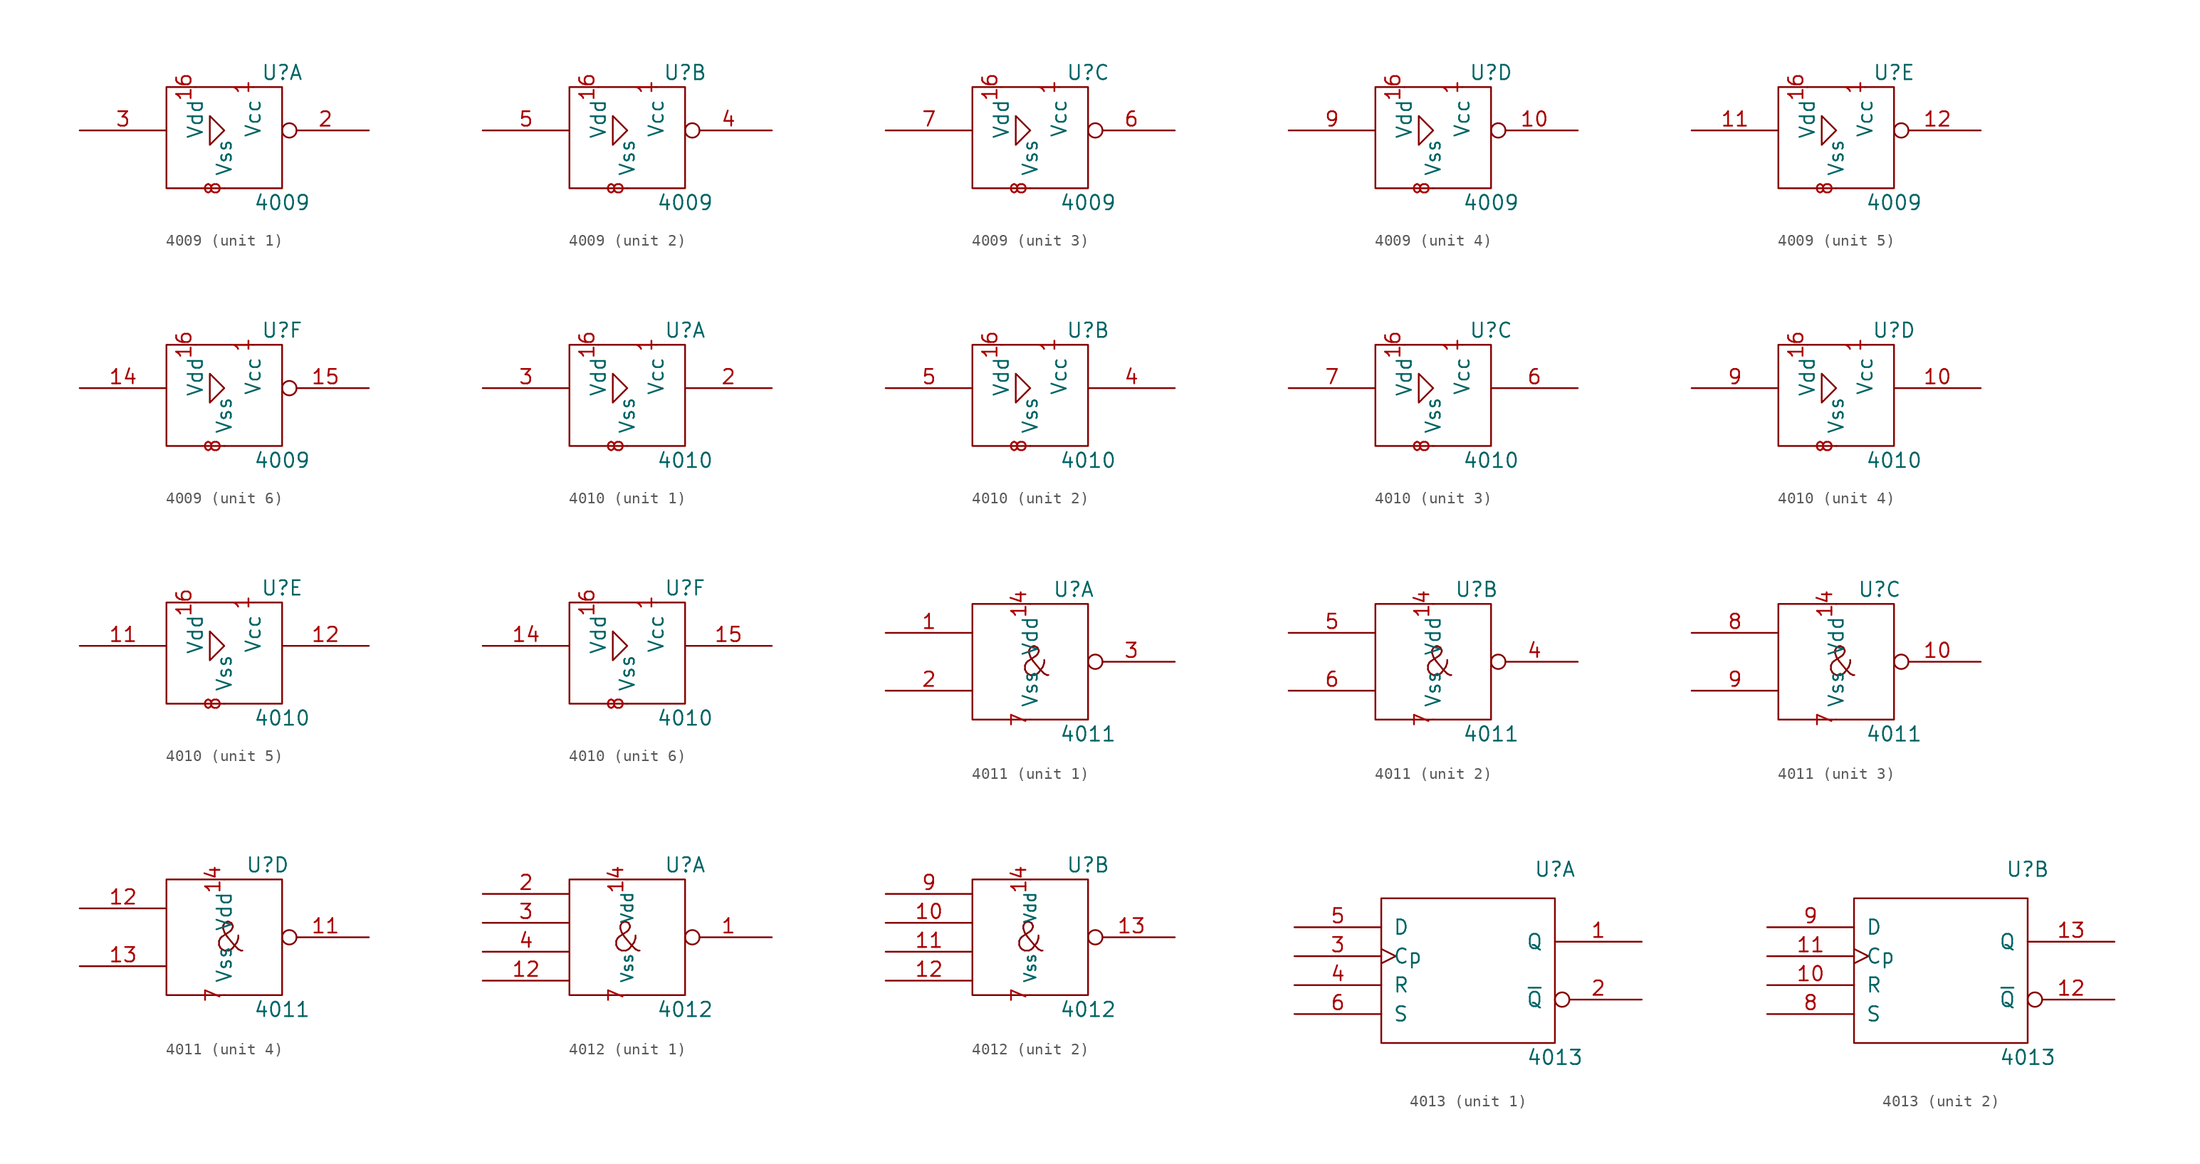
<source format=kicad_sym>
(kicad_symbol_lib
  (version 20201005)
  (generator kicad_symbol_editor)
  (symbol "4xxx_IEEE:4009"
    (pin_names
      (offset 1.016))
    (property "Reference" "U"
      (at 5.08 5.08 0)
      (effects (font (size 1.27 1.27))))
    (property "Value" "4009"
      (at 5.08 -6.35 0)
      (effects (font (size 1.27 1.27))))
    (symbol "4009_0_0"
      (rectangle (start -5.08 3.81) (end 5.08 -5.08) (stroke (width 0)) (fill (type none)))
      (polyline (pts (xy -1.27 1.27) (xy -1.27 -1.27) (xy 0 0) (xy -1.27 1.27) (xy -1.27 1.27)) (stroke (width 0)) (fill (type none))))
    (symbol "4009_0_1"
      (pin power_in line (at 2.54 3.81 270) (length 0) (name "Vcc" (effects (font (size 1.27 1.27)))) (number "1" (effects (font (size 1.27 1.27)))))
      (pin power_in line (at -2.54 3.81 270) (length 0) (name "Vdd" (effects (font (size 1.27 1.27)))) (number "16" (effects (font (size 1.27 1.27)))))
      (pin power_in line (at 0 -5.08 90) (length 0) (name "Vss" (effects (font (size 1.27 1.27)))) (number "8" (effects (font (size 1.27 1.27))))))
    (symbol "4009_1_1"
      (pin output inverted (at 12.7 0 180) (length 7.62) (name "~" (effects (font (size 1.27 1.27)))) (number "2" (effects (font (size 1.27 1.27)))))
      (pin input line (at -12.7 0 0) (length 7.62) (name "~" (effects (font (size 1.27 1.27)))) (number "3" (effects (font (size 1.27 1.27))))))
    (symbol "4009_2_1"
      (pin output inverted (at 12.7 0 180) (length 7.62) (name "~" (effects (font (size 1.27 1.27)))) (number "4" (effects (font (size 1.27 1.27)))))
      (pin input line (at -12.7 0 0) (length 7.62) (name "~" (effects (font (size 1.27 1.27)))) (number "5" (effects (font (size 1.27 1.27))))))
    (symbol "4009_3_1"
      (pin output inverted (at 12.7 0 180) (length 7.62) (name "~" (effects (font (size 1.27 1.27)))) (number "6" (effects (font (size 1.27 1.27)))))
      (pin input line (at -12.7 0 0) (length 7.62) (name "~" (effects (font (size 1.27 1.27)))) (number "7" (effects (font (size 1.27 1.27))))))
    (symbol "4009_4_1"
      (pin output inverted (at 12.7 0 180) (length 7.62) (name "~" (effects (font (size 1.27 1.27)))) (number "10" (effects (font (size 1.27 1.27)))))
      (pin input line (at -12.7 0 0) (length 7.62) (name "~" (effects (font (size 1.27 1.27)))) (number "9" (effects (font (size 1.27 1.27))))))
    (symbol "4009_5_1"
      (pin input line (at -12.7 0 0) (length 7.62) (name "~" (effects (font (size 1.27 1.27)))) (number "11" (effects (font (size 1.27 1.27)))))
      (pin output inverted (at 12.7 0 180) (length 7.62) (name "~" (effects (font (size 1.27 1.27)))) (number "12" (effects (font (size 1.27 1.27))))))
    (symbol "4009_6_1"
      (pin input line (at -12.7 0 0) (length 7.62) (name "~" (effects (font (size 1.27 1.27)))) (number "14" (effects (font (size 1.27 1.27)))))
      (pin output inverted (at 12.7 0 180) (length 7.62) (name "~" (effects (font (size 1.27 1.27)))) (number "15" (effects (font (size 1.27 1.27)))))))
  (symbol "4xxx_IEEE:4010"
    (pin_names
      (offset 1.016))
    (property "Reference" "U"
      (at 5.08 5.08 0)
      (effects (font (size 1.27 1.27))))
    (property "Value" "4010"
      (at 5.08 -6.35 0)
      (effects (font (size 1.27 1.27))))
    (symbol "4010_0_0"
      (rectangle (start -5.08 3.81) (end 5.08 -5.08) (stroke (width 0)) (fill (type none)))
      (polyline (pts (xy -1.27 1.27) (xy -1.27 -1.27) (xy 0 0) (xy -1.27 1.27) (xy -1.27 1.27)) (stroke (width 0)) (fill (type none))))
    (symbol "4010_0_1"
      (pin power_in line (at 2.54 3.81 270) (length 0) (name "Vcc" (effects (font (size 1.27 1.27)))) (number "1" (effects (font (size 1.27 1.27)))))
      (pin power_in line (at -2.54 3.81 270) (length 0) (name "Vdd" (effects (font (size 1.27 1.27)))) (number "16" (effects (font (size 1.27 1.27)))))
      (pin power_in line (at 0 -5.08 90) (length 0) (name "Vss" (effects (font (size 1.27 1.27)))) (number "8" (effects (font (size 1.27 1.27))))))
    (symbol "4010_1_1"
      (pin output line (at 12.7 0 180) (length 7.62) (name "~" (effects (font (size 1.27 1.27)))) (number "2" (effects (font (size 1.27 1.27)))))
      (pin input line (at -12.7 0 0) (length 7.62) (name "~" (effects (font (size 1.27 1.27)))) (number "3" (effects (font (size 1.27 1.27))))))
    (symbol "4010_2_1"
      (pin output line (at 12.7 0 180) (length 7.62) (name "~" (effects (font (size 1.27 1.27)))) (number "4" (effects (font (size 1.27 1.27)))))
      (pin input line (at -12.7 0 0) (length 7.62) (name "~" (effects (font (size 1.27 1.27)))) (number "5" (effects (font (size 1.27 1.27))))))
    (symbol "4010_3_1"
      (pin output line (at 12.7 0 180) (length 7.62) (name "~" (effects (font (size 1.27 1.27)))) (number "6" (effects (font (size 1.27 1.27)))))
      (pin input line (at -12.7 0 0) (length 7.62) (name "~" (effects (font (size 1.27 1.27)))) (number "7" (effects (font (size 1.27 1.27))))))
    (symbol "4010_4_1"
      (pin output line (at 12.7 0 180) (length 7.62) (name "~" (effects (font (size 1.27 1.27)))) (number "10" (effects (font (size 1.27 1.27)))))
      (pin input line (at -12.7 0 0) (length 7.62) (name "~" (effects (font (size 1.27 1.27)))) (number "9" (effects (font (size 1.27 1.27))))))
    (symbol "4010_5_1"
      (pin input line (at -12.7 0 0) (length 7.62) (name "~" (effects (font (size 1.27 1.27)))) (number "11" (effects (font (size 1.27 1.27)))))
      (pin output line (at 12.7 0 180) (length 7.62) (name "~" (effects (font (size 1.27 1.27)))) (number "12" (effects (font (size 1.27 1.27))))))
    (symbol "4010_6_1"
      (pin input line (at -12.7 0 0) (length 7.62) (name "~" (effects (font (size 1.27 1.27)))) (number "14" (effects (font (size 1.27 1.27)))))
      (pin output line (at 12.7 0 180) (length 7.62) (name "~" (effects (font (size 1.27 1.27)))) (number "15" (effects (font (size 1.27 1.27)))))))
  (symbol "4xxx_IEEE:4011"
    (pin_names
      (offset 1.016))
    (property "Reference" "U"
      (at 3.81 6.35 0)
      (effects (font (size 1.27 1.27))))
    (property "Value" "4011"
      (at 5.08 -6.35 0)
      (effects (font (size 1.27 1.27))))
    (symbol "4011_0_0"
      (text "&" (at 0.508 0 0) (effects (font (size 2.54 2.54))))
      (rectangle (start -5.08 5.08) (end 5.08 -5.08) (stroke (width 0)) (fill (type none))))
    (symbol "4011_0_1"
      (pin power_in line (at 0 5.08 270) (length 0) (name "Vdd" (effects (font (size 1.27 1.27)))) (number "14" (effects (font (size 1.27 1.27)))))
      (pin power_in line (at 0 -5.08 90) (length 0) (name "Vss" (effects (font (size 1.27 1.27)))) (number "7" (effects (font (size 1.27 1.27))))))
    (symbol "4011_1_1"
      (pin input line (at -12.7 2.54 0) (length 7.62) (name "~" (effects (font (size 1.27 1.27)))) (number "1" (effects (font (size 1.27 1.27)))))
      (pin input line (at -12.7 -2.54 0) (length 7.62) (name "~" (effects (font (size 1.27 1.27)))) (number "2" (effects (font (size 1.27 1.27)))))
      (pin output inverted (at 12.7 0 180) (length 7.62) (name "~" (effects (font (size 1.27 1.27)))) (number "3" (effects (font (size 1.27 1.27))))))
    (symbol "4011_2_1"
      (pin output inverted (at 12.7 0 180) (length 7.62) (name "~" (effects (font (size 1.27 1.27)))) (number "4" (effects (font (size 1.27 1.27)))))
      (pin input line (at -12.7 2.54 0) (length 7.62) (name "~" (effects (font (size 1.27 1.27)))) (number "5" (effects (font (size 1.27 1.27)))))
      (pin input line (at -12.7 -2.54 0) (length 7.62) (name "~" (effects (font (size 1.27 1.27)))) (number "6" (effects (font (size 1.27 1.27))))))
    (symbol "4011_3_1"
      (pin output inverted (at 12.7 0 180) (length 7.62) (name "~" (effects (font (size 1.27 1.27)))) (number "10" (effects (font (size 1.27 1.27)))))
      (pin input line (at -12.7 2.54 0) (length 7.62) (name "~" (effects (font (size 1.27 1.27)))) (number "8" (effects (font (size 1.27 1.27)))))
      (pin input line (at -12.7 -2.54 0) (length 7.62) (name "~" (effects (font (size 1.27 1.27)))) (number "9" (effects (font (size 1.27 1.27))))))
    (symbol "4011_4_1"
      (pin output inverted (at 12.7 0 180) (length 7.62) (name "~" (effects (font (size 1.27 1.27)))) (number "11" (effects (font (size 1.27 1.27)))))
      (pin input line (at -12.7 2.54 0) (length 7.62) (name "~" (effects (font (size 1.27 1.27)))) (number "12" (effects (font (size 1.27 1.27)))))
      (pin input line (at -12.7 -2.54 0) (length 7.62) (name "~" (effects (font (size 1.27 1.27)))) (number "13" (effects (font (size 1.27 1.27)))))))
  (symbol "4xxx_IEEE:4012"
    (pin_names
      (offset 1.016))
    (property "Reference" "U"
      (at 5.08 6.35 0)
      (effects (font (size 1.27 1.27))))
    (property "Value" "4012"
      (at 5.08 -6.35 0)
      (effects (font (size 1.27 1.27))))
    (symbol "4012_0_0"
      (text "&" (at 0 0 0) (effects (font (size 2.54 2.54)))))
    (symbol "4012_0_1"
      (rectangle (start -5.08 5.08) (end 5.08 -5.08) (stroke (width 0)) (fill (type none)))
      (pin power_in line (at 0 5.08 270) (length 0) (name "Vdd" (effects (font (size 1.016 1.016)))) (number "14" (effects (font (size 1.27 1.27)))))
      (pin power_in line (at 0 -5.08 90) (length 0) (name "Vss" (effects (font (size 1.016 1.016)))) (number "7" (effects (font (size 1.27 1.27))))))
    (symbol "4012_1_1"
      (pin output inverted (at 12.7 0 180) (length 7.62) (name "~" (effects (font (size 1.27 1.27)))) (number "1" (effects (font (size 1.27 1.27)))))
      (pin power_in line (at -12.7 -3.81 0) (length 7.62) (name "~" (effects (font (size 1.016 1.016)))) (number "12" (effects (font (size 1.27 1.27)))))
      (pin input line (at -12.7 3.81 0) (length 7.62) (name "~" (effects (font (size 1.27 1.27)))) (number "2" (effects (font (size 1.27 1.27)))))
      (pin input line (at -12.7 1.27 0) (length 7.62) (name "~" (effects (font (size 1.27 1.27)))) (number "3" (effects (font (size 1.27 1.27)))))
      (pin input line (at -12.7 -1.27 0) (length 7.62) (name "~" (effects (font (size 1.27 1.27)))) (number "4" (effects (font (size 1.27 1.27))))))
    (symbol "4012_2_1"
      (pin input line (at -12.7 1.27 0) (length 7.62) (name "~" (effects (font (size 1.27 1.27)))) (number "10" (effects (font (size 1.27 1.27)))))
      (pin input line (at -12.7 -1.27 0) (length 7.62) (name "~" (effects (font (size 1.27 1.27)))) (number "11" (effects (font (size 1.27 1.27)))))
      (pin power_in line (at -12.7 -3.81 0) (length 7.62) (name "~" (effects (font (size 1.016 1.016)))) (number "12" (effects (font (size 1.27 1.27)))))
      (pin output inverted (at 12.7 0 180) (length 7.62) (name "~" (effects (font (size 1.27 1.27)))) (number "13" (effects (font (size 1.27 1.27)))))
      (pin input line (at -12.7 3.81 0) (length 7.62) (name "~" (effects (font (size 1.27 1.27)))) (number "9" (effects (font (size 1.27 1.27)))))))
  (symbol "4xxx_IEEE:4013"
    (pin_names
      (offset 1.016))
    (property "Reference" "U"
      (at 7.62 8.89 0)
      (effects (font (size 1.27 1.27))))
    (property "Value" "4013"
      (at 7.62 -7.62 0)
      (effects (font (size 1.27 1.27))))
    (symbol "4013_0_0"
      (pin power_in line (at 0 6.35 270) (length 0) hide (name "Vdd" (effects (font (size 0.762 0.762)))) (number "14" (effects (font (size 1.27 1.27)))))
      (pin power_in line (at 0 -6.35 90) (length 0) hide (name "Vss" (effects (font (size 0.762 0.762)))) (number "7" (effects (font (size 1.27 1.27))))))
    (symbol "4013_0_1"
      (rectangle (start -7.62 6.35) (end 7.62 -6.35) (stroke (width 0)) (fill (type none))))
    (symbol "4013_1_1"
      (pin output line (at 15.24 2.54 180) (length 7.62) (name "Q" (effects (font (size 1.27 1.27)))) (number "1" (effects (font (size 1.27 1.27)))))
      (pin output inverted (at 15.24 -2.54 180) (length 7.62) (name "~Q" (effects (font (size 1.27 1.27)))) (number "2" (effects (font (size 1.27 1.27)))))
      (pin input clock (at -15.24 1.27 0) (length 7.62) (name "Cp" (effects (font (size 1.27 1.27)))) (number "3" (effects (font (size 1.27 1.27)))))
      (pin input line (at -15.24 -1.27 0) (length 7.62) (name "R" (effects (font (size 1.27 1.27)))) (number "4" (effects (font (size 1.27 1.27)))))
      (pin input line (at -15.24 3.81 0) (length 7.62) (name "D" (effects (font (size 1.27 1.27)))) (number "5" (effects (font (size 1.27 1.27)))))
      (pin input line (at -15.24 -3.81 0) (length 7.62) (name "S" (effects (font (size 1.27 1.27)))) (number "6" (effects (font (size 1.27 1.27))))))
    (symbol "4013_2_1"
      (pin input line (at -15.24 -1.27 0) (length 7.62) (name "R" (effects (font (size 1.27 1.27)))) (number "10" (effects (font (size 1.27 1.27)))))
      (pin input clock (at -15.24 1.27 0) (length 7.62) (name "Cp" (effects (font (size 1.27 1.27)))) (number "11" (effects (font (size 1.27 1.27)))))
      (pin input inverted (at 15.24 -2.54 180) (length 7.62) (name "~Q" (effects (font (size 1.27 1.27)))) (number "12" (effects (font (size 1.27 1.27)))))
      (pin input line (at 15.24 2.54 180) (length 7.62) (name "Q" (effects (font (size 1.27 1.27)))) (number "13" (effects (font (size 1.27 1.27)))))
      (pin input line (at -15.24 -3.81 0) (length 7.62) (name "S" (effects (font (size 1.27 1.27)))) (number "8" (effects (font (size 1.27 1.27)))))
      (pin input line (at -15.24 3.81 0) (length 7.62) (name "D" (effects (font (size 1.27 1.27)))) (number "9" (effects (font (size 1.27 1.27))))))))
</source>
